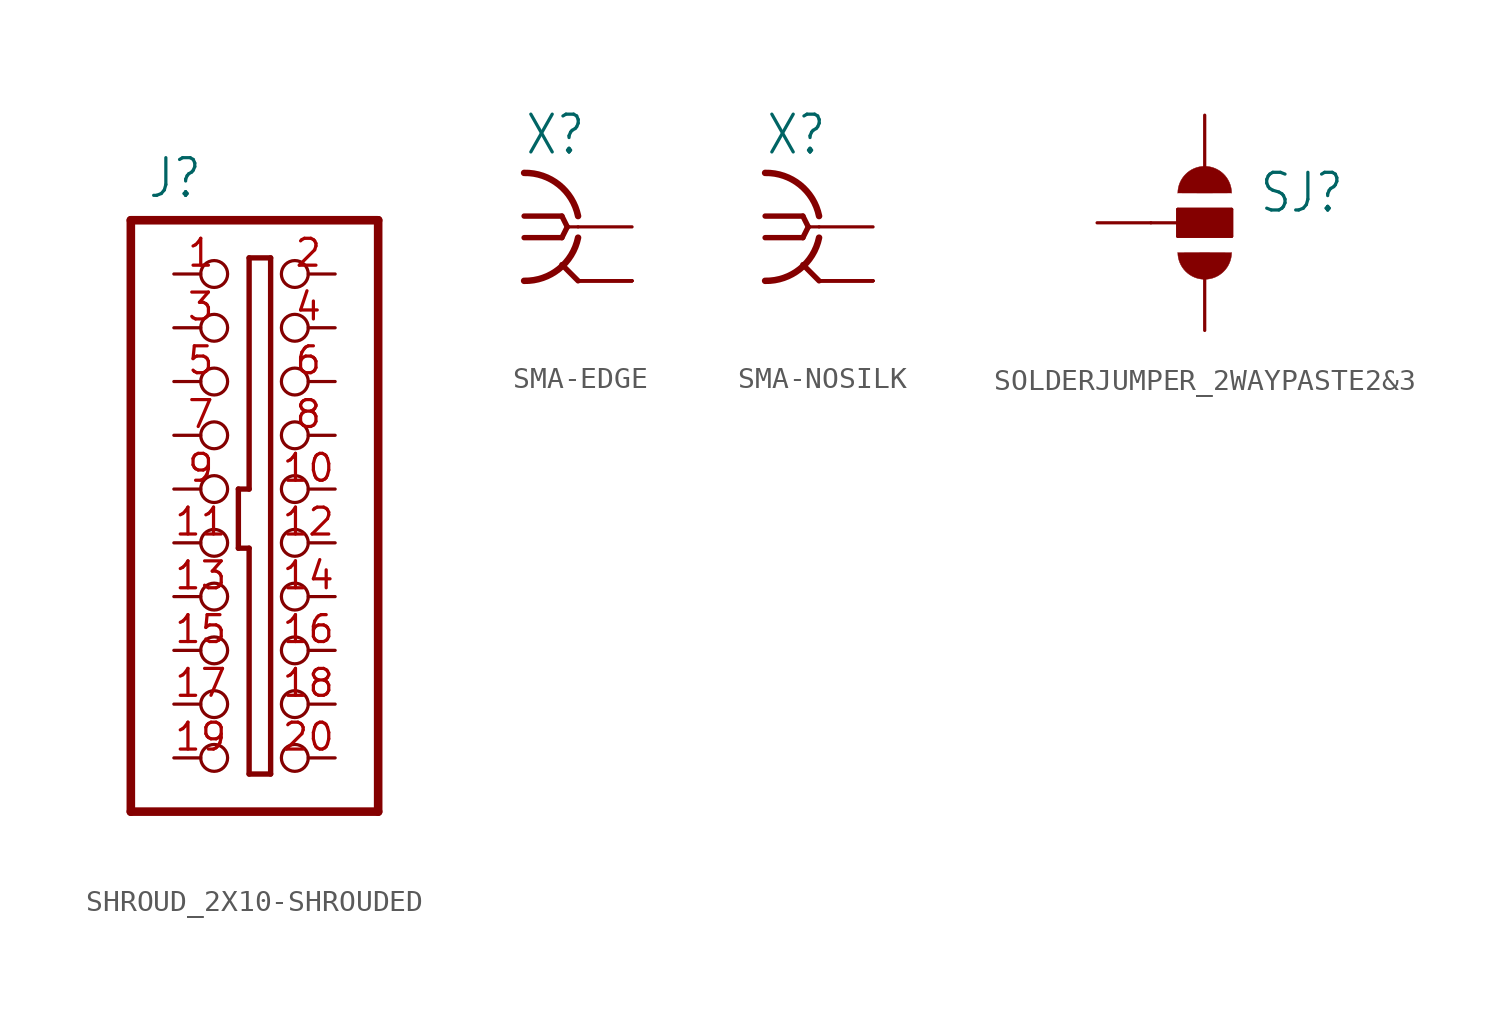
<source format=kicad_sym>
(kicad_symbol_lib
  (version 20220914)
  (generator kicad_symbol_editor)
  (symbol "SHROUD_2X10-SHROUDED"
    (property "Reference" "J"
      (at -1.27 13.652 0)
      (effects (font (size 1.778 1.511)) (justify left bottom)))
    (property "ki_locked" ""
      (at 0 0 0)
      (effects (font (size 1.27 1.27))))
    (symbol "SHROUD_2X10-SHROUDED_1_0"
      (polyline (pts (xy -2.032 -15.24) (xy -2.032 12.7)) (stroke (width 0.406) (type solid)) (fill (type none)))
      (polyline (pts (xy -2.032 12.7) (xy 9.652 12.7)) (stroke (width 0.406) (type solid)) (fill (type none)))
      (polyline (pts (xy 3.048 -2.794) (xy 3.556 -2.794)) (stroke (width 0.254) (type solid)) (fill (type none)))
      (polyline (pts (xy 3.048 0) (xy 3.048 -2.794)) (stroke (width 0.254) (type solid)) (fill (type none)))
      (polyline (pts (xy 3.556 -13.462) (xy 4.572 -13.462)) (stroke (width 0.254) (type solid)) (fill (type none)))
      (polyline (pts (xy 3.556 -2.794) (xy 3.556 -13.462)) (stroke (width 0.254) (type solid)) (fill (type none)))
      (polyline (pts (xy 3.556 0) (xy 3.048 0)) (stroke (width 0.254) (type solid)) (fill (type none)))
      (polyline (pts (xy 3.556 10.922) (xy 3.556 0)) (stroke (width 0.254) (type solid)) (fill (type none)))
      (polyline (pts (xy 4.572 -13.462) (xy 4.572 10.922)) (stroke (width 0.254) (type solid)) (fill (type none)))
      (polyline (pts (xy 4.572 10.922) (xy 3.556 10.922)) (stroke (width 0.254) (type solid)) (fill (type none)))
      (polyline (pts (xy 9.652 -15.24) (xy -2.032 -15.24)) (stroke (width 0.406) (type solid)) (fill (type none)))
      (polyline (pts (xy 9.652 12.7) (xy 9.652 -15.24)) (stroke (width 0.406) (type solid)) (fill (type none)))
      (pin passive inverted (at 0 10.16 0) (length 2.54) (name "1" (effects (font (size 0 0)))) (number "1" (effects (font (size 1.27 1.27)))))
      (pin passive inverted (at 7.62 0 180) (length 2.54) (name "10" (effects (font (size 0 0)))) (number "10" (effects (font (size 1.27 1.27)))))
      (pin passive inverted (at 0 -2.54 0) (length 2.54) (name "11" (effects (font (size 0 0)))) (number "11" (effects (font (size 1.27 1.27)))))
      (pin passive inverted (at 7.62 -2.54 180) (length 2.54) (name "12" (effects (font (size 0 0)))) (number "12" (effects (font (size 1.27 1.27)))))
      (pin passive inverted (at 0 -5.08 0) (length 2.54) (name "13" (effects (font (size 0 0)))) (number "13" (effects (font (size 1.27 1.27)))))
      (pin passive inverted (at 7.62 -5.08 180) (length 2.54) (name "14" (effects (font (size 0 0)))) (number "14" (effects (font (size 1.27 1.27)))))
      (pin passive inverted (at 0 -7.62 0) (length 2.54) (name "15" (effects (font (size 0 0)))) (number "15" (effects (font (size 1.27 1.27)))))
      (pin passive inverted (at 7.62 -7.62 180) (length 2.54) (name "16" (effects (font (size 0 0)))) (number "16" (effects (font (size 1.27 1.27)))))
      (pin passive inverted (at 0 -10.16 0) (length 2.54) (name "17" (effects (font (size 0 0)))) (number "17" (effects (font (size 1.27 1.27)))))
      (pin passive inverted (at 7.62 -10.16 180) (length 2.54) (name "18" (effects (font (size 0 0)))) (number "18" (effects (font (size 1.27 1.27)))))
      (pin passive inverted (at 0 -12.7 0) (length 2.54) (name "19" (effects (font (size 0 0)))) (number "19" (effects (font (size 1.27 1.27)))))
      (pin passive inverted (at 7.62 10.16 180) (length 2.54) (name "2" (effects (font (size 0 0)))) (number "2" (effects (font (size 1.27 1.27)))))
      (pin passive inverted (at 7.62 -12.7 180) (length 2.54) (name "20" (effects (font (size 0 0)))) (number "20" (effects (font (size 1.27 1.27)))))
      (pin passive inverted (at 0 7.62 0) (length 2.54) (name "3" (effects (font (size 0 0)))) (number "3" (effects (font (size 1.27 1.27)))))
      (pin passive inverted (at 7.62 7.62 180) (length 2.54) (name "4" (effects (font (size 0 0)))) (number "4" (effects (font (size 1.27 1.27)))))
      (pin passive inverted (at 0 5.08 0) (length 2.54) (name "5" (effects (font (size 0 0)))) (number "5" (effects (font (size 1.27 1.27)))))
      (pin passive inverted (at 7.62 5.08 180) (length 2.54) (name "6" (effects (font (size 0 0)))) (number "6" (effects (font (size 1.27 1.27)))))
      (pin passive inverted (at 0 2.54 0) (length 2.54) (name "7" (effects (font (size 0 0)))) (number "7" (effects (font (size 1.27 1.27)))))
      (pin passive inverted (at 7.62 2.54 180) (length 2.54) (name "8" (effects (font (size 0 0)))) (number "8" (effects (font (size 1.27 1.27)))))
      (pin passive inverted (at 0 0 0) (length 2.54) (name "9" (effects (font (size 0 0)))) (number "9" (effects (font (size 1.27 1.27)))))))
  (symbol "SMA-EDGE"
    (property "Reference" "X"
      (at -2.54 3.302 0)
      (effects (font (size 1.778 1.511)) (justify left bottom)))
    (property "Value" ""
      (at -2.54 -5.08 0)
      (effects (font (size 1.778 1.511)) (justify left bottom)))
    (property "ki_locked" ""
      (at 0 0 0)
      (effects (font (size 1.27 1.27))))
    (symbol "SMA-EDGE_1_0"
      (arc (start -2.54 -2.54) (mid -0.9022 -1.9838) (end 0 -0.508) (stroke (width 0.3048) (type solid)) (fill (type none)))
      (polyline (pts (xy -2.54 0.508) (xy -0.762 0.508)) (stroke (width 0.254) (type solid)) (fill (type none)))
      (polyline (pts (xy -0.762 -0.508) (xy -2.54 -0.508)) (stroke (width 0.254) (type solid)) (fill (type none)))
      (polyline (pts (xy -0.762 0.508) (xy -0.508 0)) (stroke (width 0.254) (type solid)) (fill (type none)))
      (polyline (pts (xy -0.508 0) (xy -0.762 -0.508)) (stroke (width 0.254) (type solid)) (fill (type none)))
      (polyline (pts (xy 0 -2.54) (xy -0.762 -1.778)) (stroke (width 0.254) (type solid)) (fill (type none)))
      (polyline (pts (xy 0 0) (xy -0.508 0)) (stroke (width 0.152) (type solid)) (fill (type none)))
      (arc (start 0 0.508) (mid -0.9022 1.9838) (end -2.54 2.54) (stroke (width 0.3048) (type solid)) (fill (type none)))
      (pin passive line (at 2.54 0 180) (length 2.54) (name "1" (effects (font (size 0 0)))) (number "1" (effects (font (size 0 0)))))
      (pin passive line (at 2.54 -2.54 180) (length 2.54) (name "2" (effects (font (size 0 0)))) (number "G@1" (effects (font (size 0 0)))))
      (pin passive line (at 2.54 -2.54 180) (length 2.54) (name "2" (effects (font (size 0 0)))) (number "G@2" (effects (font (size 0 0)))))
      (pin passive line (at 2.54 -2.54 180) (length 2.54) (name "2" (effects (font (size 0 0)))) (number "G@3" (effects (font (size 0 0)))))
      (pin passive line (at 2.54 -2.54 180) (length 2.54) (name "2" (effects (font (size 0 0)))) (number "G@4" (effects (font (size 0 0)))))))
  (symbol "SMA-NOSILK"
    (property "Reference" "X"
      (at -2.54 3.302 0)
      (effects (font (size 1.778 1.511)) (justify left bottom)))
    (property "Value" ""
      (at -2.54 -5.08 0)
      (effects (font (size 1.778 1.511)) (justify left bottom)))
    (property "ki_locked" ""
      (at 0 0 0)
      (effects (font (size 1.27 1.27))))
    (symbol "SMA-NOSILK_1_0"
      (arc (start -2.54 -2.54) (mid -0.9022 -1.9838) (end 0 -0.508) (stroke (width 0.3048) (type solid)) (fill (type none)))
      (polyline (pts (xy -2.54 0.508) (xy -0.762 0.508)) (stroke (width 0.254) (type solid)) (fill (type none)))
      (polyline (pts (xy -0.762 -0.508) (xy -2.54 -0.508)) (stroke (width 0.254) (type solid)) (fill (type none)))
      (polyline (pts (xy -0.762 0.508) (xy -0.508 0)) (stroke (width 0.254) (type solid)) (fill (type none)))
      (polyline (pts (xy -0.508 0) (xy -0.762 -0.508)) (stroke (width 0.254) (type solid)) (fill (type none)))
      (polyline (pts (xy 0 -2.54) (xy -0.762 -1.778)) (stroke (width 0.254) (type solid)) (fill (type none)))
      (polyline (pts (xy 0 0) (xy -0.508 0)) (stroke (width 0.152) (type solid)) (fill (type none)))
      (arc (start 0 0.508) (mid -0.9022 1.9838) (end -2.54 2.54) (stroke (width 0.3048) (type solid)) (fill (type none)))
      (pin passive line (at 2.54 0 180) (length 2.54) (name "1" (effects (font (size 0 0)))) (number "1" (effects (font (size 0 0)))))
      (pin passive line (at 2.54 -2.54 180) (length 2.54) (name "2" (effects (font (size 0 0)))) (number "G@1" (effects (font (size 0 0)))))
      (pin passive line (at 2.54 -2.54 180) (length 2.54) (name "2" (effects (font (size 0 0)))) (number "G@2" (effects (font (size 0 0)))))
      (pin passive line (at 2.54 -2.54 180) (length 2.54) (name "2" (effects (font (size 0 0)))) (number "G@3" (effects (font (size 0 0)))))
      (pin passive line (at 2.54 -2.54 180) (length 2.54) (name "2" (effects (font (size 0 0)))) (number "G@4" (effects (font (size 0 0)))))))
  (symbol "SOLDERJUMPER_2WAYPASTE2&3"
    (property "Reference" "SJ"
      (at 2.54 0.381 0)
      (effects (font (size 1.778 1.511)) (justify left bottom)))
    (property "Value" ""
      (at 2.54 -1.905 0)
      (effects (font (size 1.778 1.511)) (justify left bottom)))
    (property "ki_locked" ""
      (at 0 0 0)
      (effects (font (size 1.27 1.27))))
    (symbol "SOLDERJUMPER_2WAYPASTE2&3_1_0"
      (arc (start -1.27 -1.397) (mid 0 -2.667) (end 1.27 -1.397) (stroke (width 0.0001) (type solid)) (fill (type outline)))
      (rectangle (start -1.27 -0.635) (end 1.27 0.635) (stroke (width 0) (type default)) (fill (type outline)))
      (polyline (pts (xy -2.54 0) (xy -1.27 0)) (stroke (width 0.152) (type solid)) (fill (type none)))
      (polyline (pts (xy -1.27 -0.635) (xy -1.27 0)) (stroke (width 0.152) (type solid)) (fill (type none)))
      (polyline (pts (xy -1.27 0) (xy -1.27 0.635)) (stroke (width 0.152) (type solid)) (fill (type none)))
      (polyline (pts (xy -1.27 0.635) (xy 1.27 0.635)) (stroke (width 0.152) (type solid)) (fill (type none)))
      (polyline (pts (xy 1.27 -0.635) (xy -1.27 -0.635)) (stroke (width 0.152) (type solid)) (fill (type none)))
      (polyline (pts (xy 1.27 0.635) (xy 1.27 -0.635)) (stroke (width 0.152) (type solid)) (fill (type none)))
      (arc (start 1.27 1.397) (mid 0 2.667) (end -1.27 1.397) (stroke (width 0.0001) (type solid)) (fill (type outline)))
      (pin passive line (at 0 5.08 270) (length 2.54) (name "1" (effects (font (size 0 0)))) (number "1" (effects (font (size 0 0)))))
      (pin passive line (at -5.08 0 0) (length 2.54) (name "2" (effects (font (size 0 0)))) (number "2" (effects (font (size 0 0)))))
      (pin passive line (at 0 -5.08 90) (length 2.54) (name "3" (effects (font (size 0 0)))) (number "3" (effects (font (size 0 0))))))))
</source>
